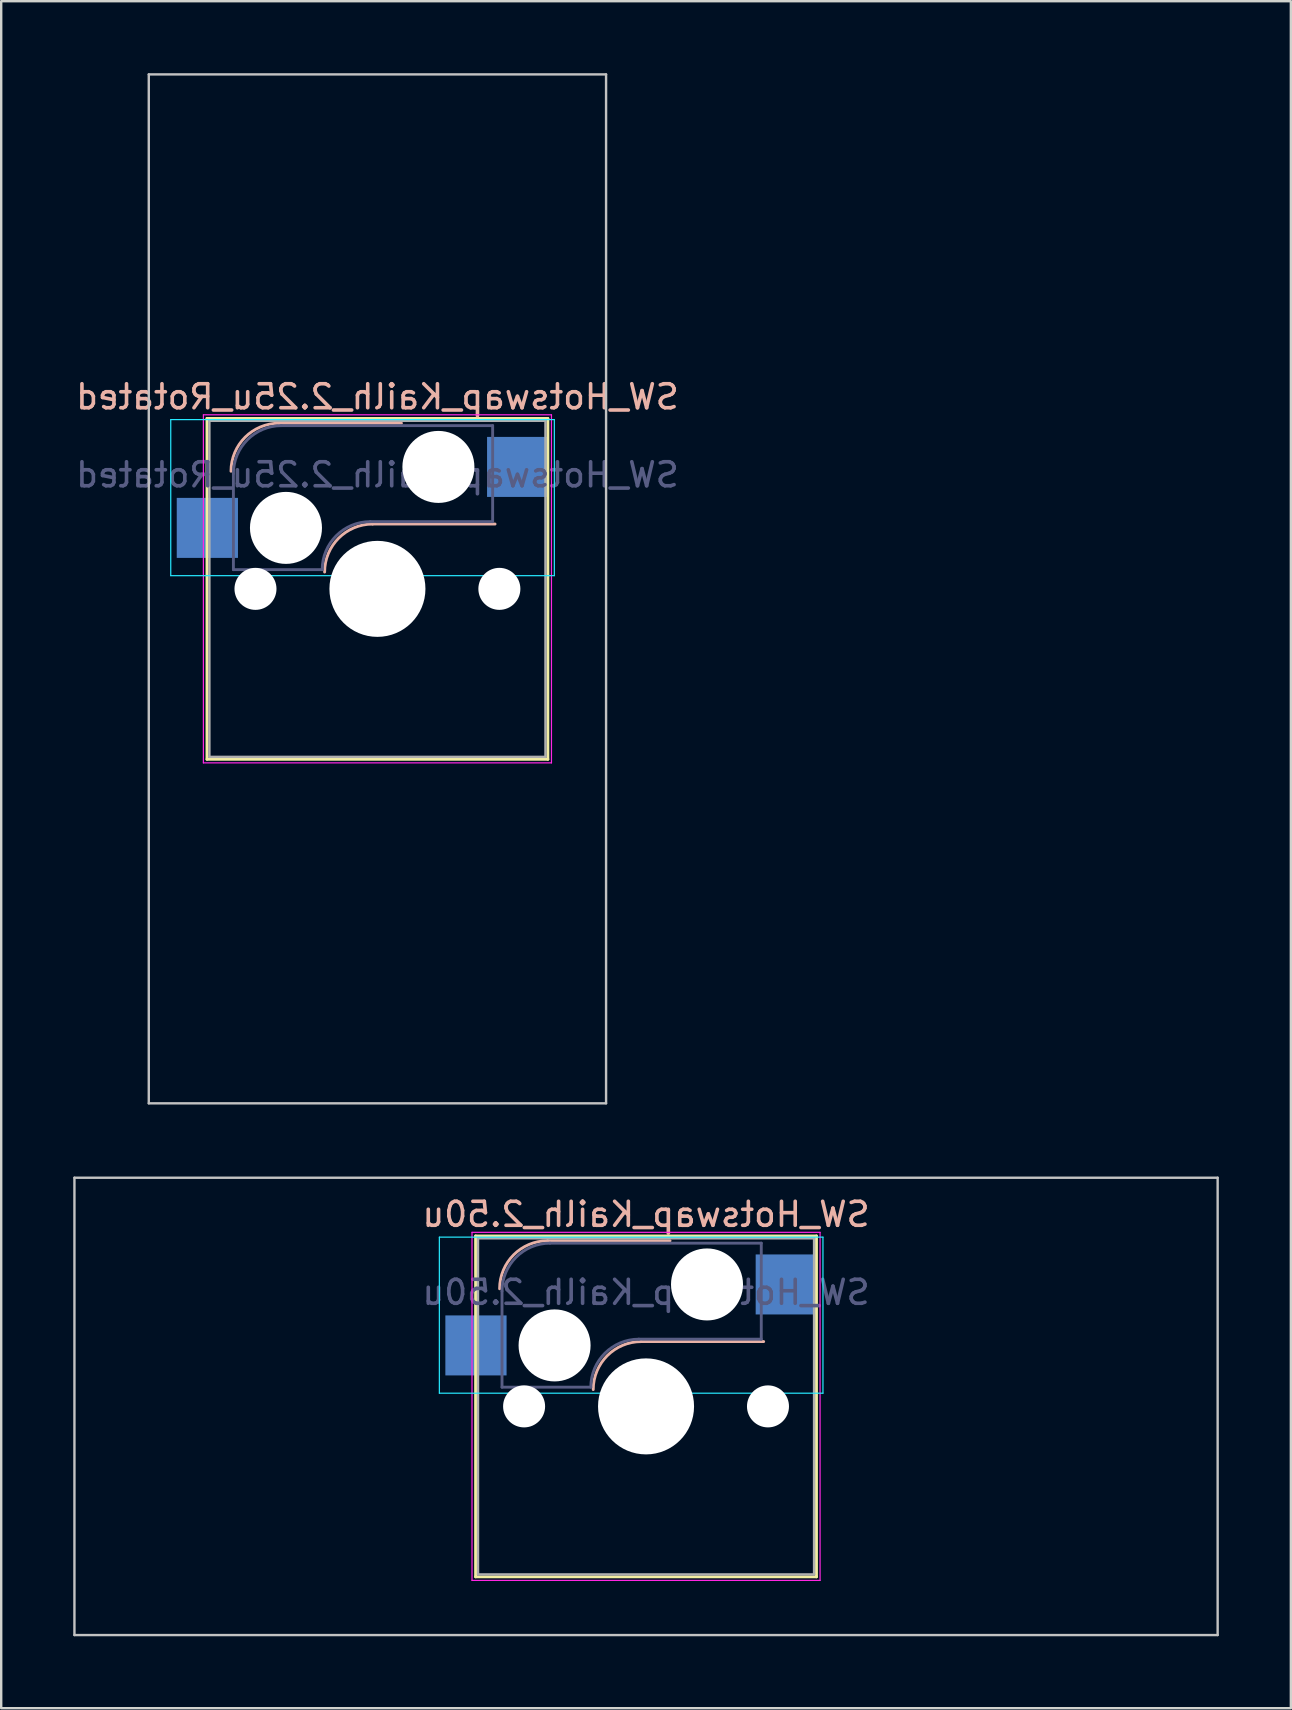
<source format=kicad_pcb>
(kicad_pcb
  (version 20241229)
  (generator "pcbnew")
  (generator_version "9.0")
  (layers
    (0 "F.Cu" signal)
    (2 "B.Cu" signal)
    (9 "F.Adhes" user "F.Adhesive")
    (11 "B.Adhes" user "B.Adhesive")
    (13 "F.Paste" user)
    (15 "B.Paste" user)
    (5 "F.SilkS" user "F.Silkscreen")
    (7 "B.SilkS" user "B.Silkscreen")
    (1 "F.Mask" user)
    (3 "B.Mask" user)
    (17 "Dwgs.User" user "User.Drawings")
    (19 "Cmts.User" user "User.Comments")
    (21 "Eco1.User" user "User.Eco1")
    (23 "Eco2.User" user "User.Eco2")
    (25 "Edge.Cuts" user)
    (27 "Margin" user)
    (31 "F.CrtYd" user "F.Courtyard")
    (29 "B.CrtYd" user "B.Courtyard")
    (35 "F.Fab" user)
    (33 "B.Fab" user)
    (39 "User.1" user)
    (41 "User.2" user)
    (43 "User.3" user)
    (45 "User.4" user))
  (footprint "SW_Hotswap_Kailh_2.50u"
    (layer "F.Cu")
    (at 23.863 55.538)
    (property "Reference" "SW_Hotswap_Kailh_2.50u" (at 0 -8 0) (layer "B.SilkS") (effects (font (size 1 1) (thickness 0.15)) (justify mirror)))
    (attr smd)
    (fp_line (start -7.1 -7.1) (end -7.1 7.1) (stroke (width 0.12) (type solid)) (layer "F.SilkS"))
    (fp_line (start -7.1 7.1) (end 7.1 7.1) (stroke (width 0.12) (type solid)) (layer "F.SilkS"))
    (fp_line (start 7.1 -7.1) (end -7.1 -7.1) (stroke (width 0.12) (type solid)) (layer "F.SilkS"))
    (fp_line (start 7.1 7.1) (end 7.1 -7.1) (stroke (width 0.12) (type solid)) (layer "F.SilkS"))
    (fp_line (start -4.1 -6.9) (end 1 -6.9) (stroke (width 0.12) (type solid)) (layer "B.SilkS"))
    (fp_line (start -0.2 -2.7) (end 4.9 -2.7) (stroke (width 0.12) (type solid)) (layer "B.SilkS"))
    (fp_arc (start -6.1 -4.9) (mid -5.514214 -6.314214) (end -4.1 -6.9) (stroke (width 0.12) (type solid)) (layer "B.SilkS"))
    (fp_arc (start -2.2 -0.7) (mid -1.614214 -2.114214) (end -0.2 -2.7) (stroke (width 0.12) (type solid)) (layer "B.SilkS"))
    (fp_line (start -23.812 -9.525) (end -23.812 9.525) (stroke (width 0.1) (type solid)) (layer "Dwgs.User"))
    (fp_line (start -23.812 9.525) (end 23.812 9.525) (stroke (width 0.1) (type solid)) (layer "Dwgs.User"))
    (fp_line (start 23.812 -9.525) (end -23.812 -9.525) (stroke (width 0.1) (type solid)) (layer "Dwgs.User"))
    (fp_line (start 23.812 9.525) (end 23.812 -9.525) (stroke (width 0.1) (type solid)) (layer "Dwgs.User"))
    (fp_line (start -8.61 -7.05) (end -8.61 -0.55) (stroke (width 0.05) (type solid)) (layer "B.CrtYd"))
    (fp_line (start -8.61 -0.55) (end 7.37 -0.55) (stroke (width 0.05) (type solid)) (layer "B.CrtYd"))
    (fp_line (start 7.37 -7.05) (end -8.61 -7.05) (stroke (width 0.05) (type solid)) (layer "B.CrtYd"))
    (fp_line (start 7.37 -0.55) (end 7.37 -7.05) (stroke (width 0.05) (type solid)) (layer "B.CrtYd"))
    (fp_line (start -7.25 -7.25) (end -7.25 7.25) (stroke (width 0.05) (type solid)) (layer "F.CrtYd"))
    (fp_line (start -7.25 7.25) (end 7.25 7.25) (stroke (width 0.05) (type solid)) (layer "F.CrtYd"))
    (fp_line (start 7.25 -7.25) (end -7.25 -7.25) (stroke (width 0.05) (type solid)) (layer "F.CrtYd"))
    (fp_line (start 7.25 7.25) (end 7.25 -7.25) (stroke (width 0.05) (type solid)) (layer "F.CrtYd"))
    (fp_line (start -6 -0.8) (end -6 -4.8) (stroke (width 0.12) (type solid)) (layer "B.Fab"))
    (fp_line (start -6 -0.8) (end -2.3 -0.8) (stroke (width 0.12) (type solid)) (layer "B.Fab"))
    (fp_line (start -4 -6.8) (end 4.8 -6.8) (stroke (width 0.12) (type solid)) (layer "B.Fab"))
    (fp_line (start -0.3 -2.8) (end 4.8 -2.8) (stroke (width 0.12) (type solid)) (layer "B.Fab"))
    (fp_line (start 4.8 -6.8) (end 4.8 -2.8) (stroke (width 0.12) (type solid)) (layer "B.Fab"))
    (fp_arc (start -6 -4.8) (mid -5.414214 -6.214214) (end -4 -6.8) (stroke (width 0.12) (type solid)) (layer "B.Fab"))
    (fp_arc (start -2.3 -0.8) (mid -1.714214 -2.214214) (end -0.3 -2.8) (stroke (width 0.12) (type solid)) (layer "B.Fab"))
    (fp_line (start -7 -7) (end -7 7) (stroke (width 0.1) (type solid)) (layer "F.Fab"))
    (fp_line (start -7 7) (end 7 7) (stroke (width 0.1) (type solid)) (layer "F.Fab"))
    (fp_line (start 7 -7) (end -7 -7) (stroke (width 0.1) (type solid)) (layer "F.Fab"))
    (fp_line (start 7 7) (end 7 -7) (stroke (width 0.1) (type solid)) (layer "F.Fab"))
    (fp_text user "${REFERENCE}" (at 0 -4.75 0) (layer "B.Fab") (effects (font (size 1 1) (thickness 0.15)) (justify mirror)))
    (pad "" np_thru_hole circle (at -5.08 0) (size 1.75 1.75) (drill 1.75) (layers "*.Cu" "*.Mask"))
    (pad "" np_thru_hole circle (at -3.81 -2.54) (size 3 3) (drill 3) (layers "*.Cu" "*.Mask"))
    (pad "" np_thru_hole circle (at 0 0) (size 4 4) (drill 4) (layers "*.Cu" "*.Mask"))
    (pad "" np_thru_hole circle (at 2.54 -5.08) (size 3 3) (drill 3) (layers "*.Cu" "*.Mask"))
    (pad "" np_thru_hole circle (at 5.08 0) (size 1.75 1.75) (drill 1.75) (layers "*.Cu" "*.Mask"))
    (pad "1" smd rect (at -7.085 -2.54) (size 2.55 2.5) (layers "B.Cu" "B.Mask" "B.Paste"))
    (pad "2" smd rect (at 5.842 -5.08) (size 2.55 2.5) (layers "B.Cu" "B.Mask" "B.Paste")))
  (footprint "SW_Hotswap_Kailh_2.25u_Rotated"
    (layer "F.Cu")
    (at 12.673 21.481)
    (property "Reference" "SW_Hotswap_Kailh_2.25u_Rotated" (at 0 -8 0) (layer "B.SilkS") (effects (font (size 1 1) (thickness 0.15)) (justify mirror)))
    (attr smd)
    (fp_line (start -7.1 -7.1) (end -7.1 7.1) (stroke (width 0.12) (type solid)) (layer "F.SilkS"))
    (fp_line (start -7.1 7.1) (end 7.1 7.1) (stroke (width 0.12) (type solid)) (layer "F.SilkS"))
    (fp_line (start 7.1 -7.1) (end -7.1 -7.1) (stroke (width 0.12) (type solid)) (layer "F.SilkS"))
    (fp_line (start 7.1 7.1) (end 7.1 -7.1) (stroke (width 0.12) (type solid)) (layer "F.SilkS"))
    (fp_line (start -4.1 -6.9) (end 1 -6.9) (stroke (width 0.12) (type solid)) (layer "B.SilkS"))
    (fp_line (start -0.2 -2.7) (end 4.9 -2.7) (stroke (width 0.12) (type solid)) (layer "B.SilkS"))
    (fp_arc (start -6.1 -4.9) (mid -5.514214 -6.314214) (end -4.1 -6.9) (stroke (width 0.12) (type solid)) (layer "B.SilkS"))
    (fp_arc (start -2.2 -0.7) (mid -1.614214 -2.114214) (end -0.2 -2.7) (stroke (width 0.12) (type solid)) (layer "B.SilkS"))
    (fp_line (start -9.525 -21.431) (end -9.525 21.431) (stroke (width 0.1) (type solid)) (layer "Dwgs.User"))
    (fp_line (start -9.525 21.431) (end 9.525 21.431) (stroke (width 0.1) (type solid)) (layer "Dwgs.User"))
    (fp_line (start 9.525 -21.431) (end -9.525 -21.431) (stroke (width 0.1) (type solid)) (layer "Dwgs.User"))
    (fp_line (start 9.525 21.431) (end 9.525 -21.431) (stroke (width 0.1) (type solid)) (layer "Dwgs.User"))
    (fp_line (start -8.61 -7.05) (end -8.61 -0.55) (stroke (width 0.05) (type solid)) (layer "B.CrtYd"))
    (fp_line (start -8.61 -0.55) (end 7.37 -0.55) (stroke (width 0.05) (type solid)) (layer "B.CrtYd"))
    (fp_line (start 7.37 -7.05) (end -8.61 -7.05) (stroke (width 0.05) (type solid)) (layer "B.CrtYd"))
    (fp_line (start 7.37 -0.55) (end 7.37 -7.05) (stroke (width 0.05) (type solid)) (layer "B.CrtYd"))
    (fp_line (start -7.25 -7.25) (end -7.25 7.25) (stroke (width 0.05) (type solid)) (layer "F.CrtYd"))
    (fp_line (start -7.25 7.25) (end 7.25 7.25) (stroke (width 0.05) (type solid)) (layer "F.CrtYd"))
    (fp_line (start 7.25 -7.25) (end -7.25 -7.25) (stroke (width 0.05) (type solid)) (layer "F.CrtYd"))
    (fp_line (start 7.25 7.25) (end 7.25 -7.25) (stroke (width 0.05) (type solid)) (layer "F.CrtYd"))
    (fp_line (start -6 -0.8) (end -6 -4.8) (stroke (width 0.12) (type solid)) (layer "B.Fab"))
    (fp_line (start -6 -0.8) (end -2.3 -0.8) (stroke (width 0.12) (type solid)) (layer "B.Fab"))
    (fp_line (start -4 -6.8) (end 4.8 -6.8) (stroke (width 0.12) (type solid)) (layer "B.Fab"))
    (fp_line (start -0.3 -2.8) (end 4.8 -2.8) (stroke (width 0.12) (type solid)) (layer "B.Fab"))
    (fp_line (start 4.8 -6.8) (end 4.8 -2.8) (stroke (width 0.12) (type solid)) (layer "B.Fab"))
    (fp_arc (start -6 -4.8) (mid -5.414214 -6.214214) (end -4 -6.8) (stroke (width 0.12) (type solid)) (layer "B.Fab"))
    (fp_arc (start -2.3 -0.8) (mid -1.714214 -2.214214) (end -0.3 -2.8) (stroke (width 0.12) (type solid)) (layer "B.Fab"))
    (fp_line (start -7 -7) (end -7 7) (stroke (width 0.1) (type solid)) (layer "F.Fab"))
    (fp_line (start -7 7) (end 7 7) (stroke (width 0.1) (type solid)) (layer "F.Fab"))
    (fp_line (start 7 -7) (end -7 -7) (stroke (width 0.1) (type solid)) (layer "F.Fab"))
    (fp_line (start 7 7) (end 7 -7) (stroke (width 0.1) (type solid)) (layer "F.Fab"))
    (fp_text user "${REFERENCE}" (at 0 -4.75 0) (layer "B.Fab") (effects (font (size 1 1) (thickness 0.15)) (justify mirror)))
    (pad "" np_thru_hole circle (at -5.08 0) (size 1.75 1.75) (drill 1.75) (layers "*.Cu" "*.Mask"))
    (pad "" np_thru_hole circle (at -3.81 -2.54) (size 3 3) (drill 3) (layers "*.Cu" "*.Mask"))
    (pad "" np_thru_hole circle (at 0 0) (size 4 4) (drill 4) (layers "*.Cu" "*.Mask"))
    (pad "" np_thru_hole circle (at 2.54 -5.08) (size 3 3) (drill 3) (layers "*.Cu" "*.Mask"))
    (pad "" np_thru_hole circle (at 5.08 0) (size 1.75 1.75) (drill 1.75) (layers "*.Cu" "*.Mask"))
    (pad "1" smd rect (at -7.085 -2.54) (size 2.55 2.5) (layers "B.Cu" "B.Mask" "B.Paste"))
    (pad "2" smd rect (at 5.842 -5.08) (size 2.55 2.5) (layers "B.Cu" "B.Mask" "B.Paste")))
  (gr_rect
    (start -3 -3)
    (end 50.725 68.112)
    (stroke (width 0.1) (type default))
    (fill no)
    (layer "Edge.Cuts")))
</source>
